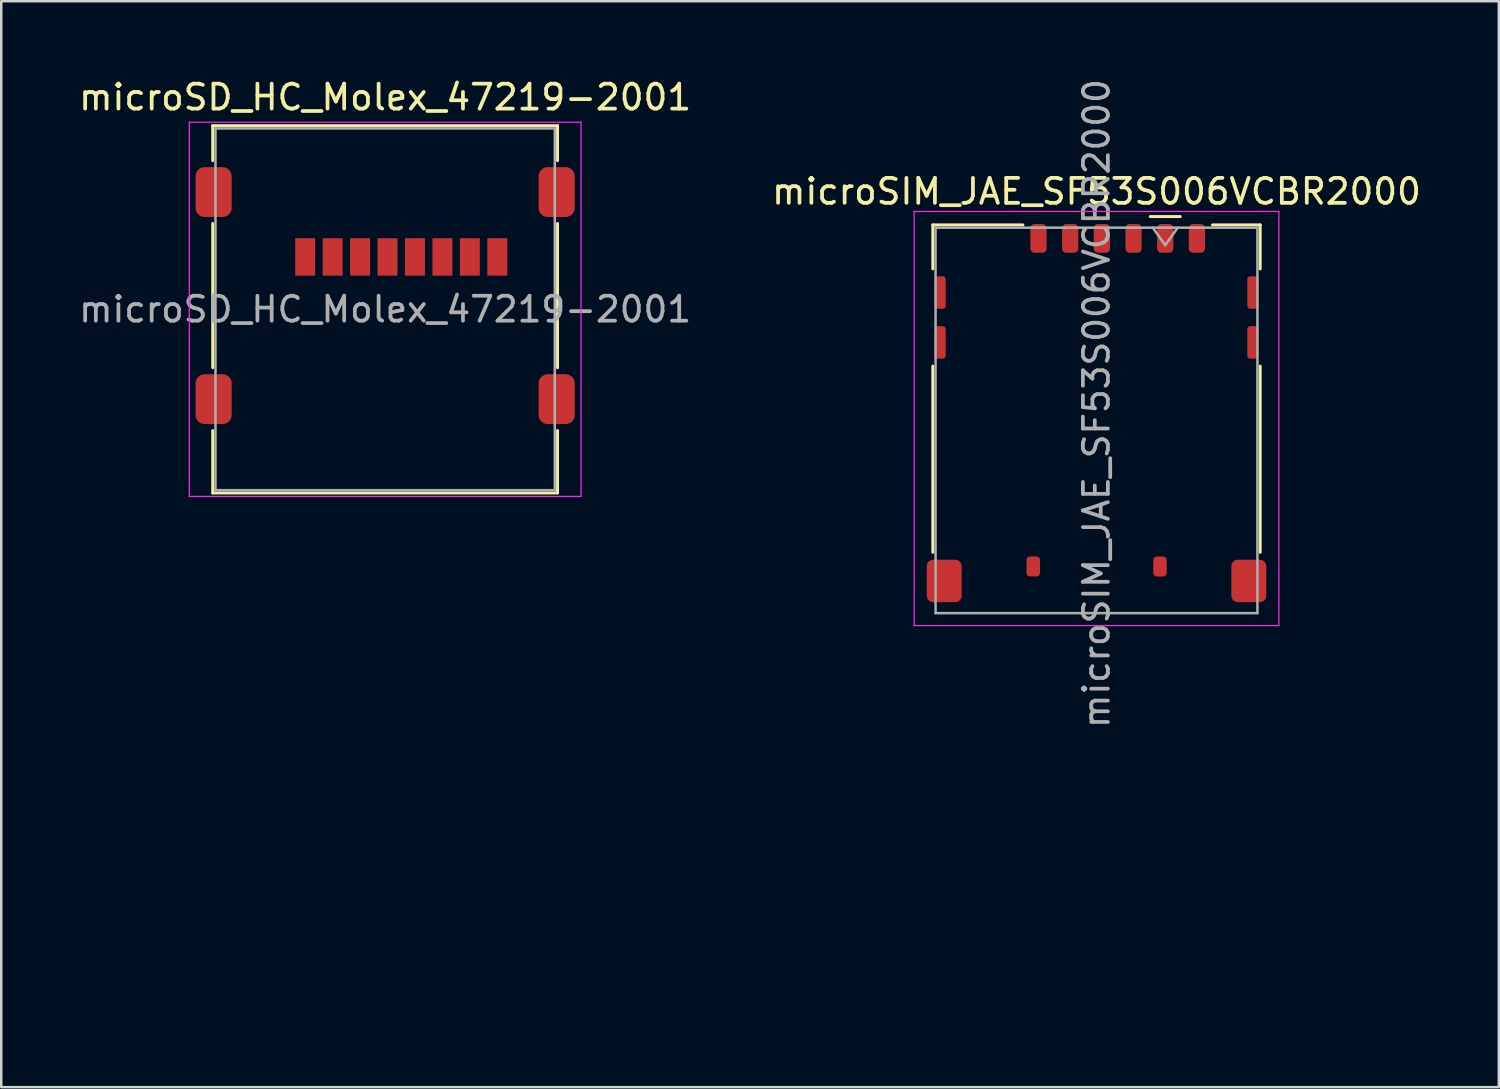
<source format=kicad_pcb>
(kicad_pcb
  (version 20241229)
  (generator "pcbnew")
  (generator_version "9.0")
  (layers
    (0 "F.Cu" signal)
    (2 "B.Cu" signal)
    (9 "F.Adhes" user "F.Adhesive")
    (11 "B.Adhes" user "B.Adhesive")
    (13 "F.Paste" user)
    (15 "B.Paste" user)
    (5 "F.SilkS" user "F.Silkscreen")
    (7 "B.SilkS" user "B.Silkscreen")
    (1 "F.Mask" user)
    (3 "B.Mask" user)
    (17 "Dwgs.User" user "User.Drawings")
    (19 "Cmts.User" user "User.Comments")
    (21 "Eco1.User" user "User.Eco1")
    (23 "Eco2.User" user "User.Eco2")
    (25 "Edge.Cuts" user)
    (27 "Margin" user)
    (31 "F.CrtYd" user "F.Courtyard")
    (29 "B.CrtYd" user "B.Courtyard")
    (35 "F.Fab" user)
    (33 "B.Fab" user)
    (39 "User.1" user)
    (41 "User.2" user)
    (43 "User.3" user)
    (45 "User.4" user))
  (footprint "microSIM_JAE_SF53S006VCBR2000"
    (layer "F.Cu")
    (at 40.899 13.125)
    (property "Reference" "microSIM_JAE_SF53S006VCBR2000" (at 0 -8.5 0) (layer "F.SilkS") (effects (font (size 1 1) (thickness 0.15))))
    (attr smd)
    (fp_line (start -6.56 -7.16) (end -2.95 -7.16) (stroke (width 0.12) (type solid)) (layer "F.SilkS"))
    (fp_line (start -6.56 -5.4) (end -6.56 -7.16) (stroke (width 0.12) (type solid)) (layer "F.SilkS"))
    (fp_line (start -6.56 5.96) (end -6.56 -1.5) (stroke (width 0.12) (type solid)) (layer "F.SilkS"))
    (fp_line (start 3.355 -7.495) (end 2.155 -7.495) (stroke (width 0.12) (type solid)) (layer "F.SilkS"))
    (fp_line (start 4.65 -7.16) (end 6.56 -7.16) (stroke (width 0.12) (type solid)) (layer "F.SilkS"))
    (fp_line (start 6.56 -5.4) (end 6.56 -7.16) (stroke (width 0.12) (type solid)) (layer "F.SilkS"))
    (fp_line (start 6.56 5.96) (end 6.56 -1.5) (stroke (width 0.12) (type solid)) (layer "F.SilkS"))
    (fp_line (start -7.31 -7.7) (end -7.31 8.9) (stroke (width 0.05) (type solid)) (layer "F.CrtYd"))
    (fp_line (start -7.31 -7.7) (end 7.31 -7.7) (stroke (width 0.05) (type solid)) (layer "F.CrtYd"))
    (fp_line (start -7.31 8.9) (end 7.31 8.9) (stroke (width 0.05) (type solid)) (layer "F.CrtYd"))
    (fp_line (start 7.31 -7.7) (end 7.31 8.9) (stroke (width 0.05) (type solid)) (layer "F.CrtYd"))
    (fp_line (start -6.45 -7.05) (end -6.45 8.4) (stroke (width 0.1) (type solid)) (layer "F.Fab"))
    (fp_line (start -6.45 -7.05) (end 6.45 -7.05) (stroke (width 0.1) (type solid)) (layer "F.Fab"))
    (fp_line (start -6.45 8.4) (end 6.45 8.4) (stroke (width 0.1) (type solid)) (layer "F.Fab"))
    (fp_line (start 2.755 -6.35) (end 2.255 -7.05) (stroke (width 0.1) (type solid)) (layer "F.Fab"))
    (fp_line (start 3.255 -7.05) (end 2.755 -6.35) (stroke (width 0.1) (type solid)) (layer "F.Fab"))
    (fp_line (start 6.45 -7.05) (end 6.45 8.4) (stroke (width 0.1) (type solid)) (layer "F.Fab"))
    (fp_text user "${REFERENCE}" (at 0 0 270) (layer "F.Fab") (effects (font (size 1 1) (thickness 0.15))))
    (pad "1" smd roundrect (at 2.755 -6.62) (size 0.65 1.15) (layers "F.Cu" "F.Mask" "F.Paste") (roundrect_rratio 0.25))
    (pad "2" smd roundrect (at 0.215 -6.62) (size 0.65 1.15) (layers "F.Cu" "F.Mask" "F.Paste") (roundrect_rratio 0.25))
    (pad "3" smd roundrect (at -2.325 -6.62) (size 0.65 1.15) (layers "F.Cu" "F.Mask" "F.Paste") (roundrect_rratio 0.25))
    (pad "5" smd roundrect (at 4.025 -6.62) (size 0.65 1.15) (layers "F.Cu" "F.Mask" "F.Paste") (roundrect_rratio 0.25))
    (pad "6" smd roundrect (at 1.485 -6.62) (size 0.65 1.15) (layers "F.Cu" "F.Mask" "F.Paste") (roundrect_rratio 0.25))
    (pad "7" smd roundrect (at -1.055 -6.62) (size 0.65 1.15) (layers "F.Cu" "F.Mask" "F.Paste") (roundrect_rratio 0.25))
    (pad "SH" smd roundrect (at -6.27 -4.45) (size 0.45 1.3) (layers "F.Cu" "F.Mask" "F.Paste") (roundrect_rratio 0.25))
    (pad "SH" smd roundrect (at -6.27 -2.45) (size 0.45 1.3) (layers "F.Cu" "F.Mask" "F.Paste") (roundrect_rratio 0.25))
    (pad "SH" smd roundrect (at -6.105 7.11) (size 1.4 1.7) (layers "F.Cu" "F.Mask" "F.Paste") (roundrect_rratio 0.179))
    (pad "SH" smd roundrect (at -2.535 6.53) (size 0.54 0.8) (layers "F.Cu" "F.Mask" "F.Paste") (roundrect_rratio 0.25))
    (pad "SH" smd roundrect (at 2.545 6.53) (size 0.54 0.8) (layers "F.Cu" "F.Mask" "F.Paste") (roundrect_rratio 0.25))
    (pad "SH" smd roundrect (at 6.105 7.11) (size 1.4 1.7) (layers "F.Cu" "F.Mask" "F.Paste") (roundrect_rratio 0.179))
    (pad "SH" smd roundrect (at 6.27 -4.45) (size 0.45 1.3) (layers "F.Cu" "F.Mask" "F.Paste") (roundrect_rratio 0.25))
    (pad "SH" smd roundrect (at 6.27 -2.45) (size 0.45 1.3) (layers "F.Cu" "F.Mask" "F.Paste") (roundrect_rratio 0.25))
    (zone (net_name "") (layer "F.Cu") (hatch edge 0.5) (connect_pads) (min_thickness 0.25) (filled_areas_thickness no) (keepout (tracks allowed) (vias allowed) (pads allowed) (copperpour allowed) (footprints not_allowed)) (placement (enabled no)) (fill) (polygon (pts (xy 34.899 22.525) (xy 46.899 22.525) (xy 46.899 37.525) (xy 34.899 37.525))))
    (zone (net_name "") (layer "F.Cu") (hatch edge 0.5) (connect_pads) (min_thickness 0.25) (filled_areas_thickness no) (keepout (tracks not_allowed) (vias not_allowed) (pads not_allowed) (copperpour not_allowed) (footprints allowed)) (placement (enabled no)) (fill) (polygon (pts (xy 39.079 10.035) (xy 40.189 10.035) (xy 40.189 10.725) (xy 39.079 10.725))))
    (zone (net_name "") (layer "F.Cu") (hatch edge 0.5) (connect_pads) (min_thickness 0.25) (filled_areas_thickness no) (keepout (tracks not_allowed) (vias not_allowed) (pads not_allowed) (copperpour not_allowed) (footprints allowed)) (placement (enabled no)) (fill) (polygon (pts (xy 39.079 17.675) (xy 40.189 17.675) (xy 40.189 18.365) (xy 39.079 18.365))))
    (zone (net_name "") (layer "F.Cu") (hatch edge 0.5) (connect_pads) (min_thickness 0.25) (filled_areas_thickness no) (keepout (tracks not_allowed) (vias not_allowed) (pads not_allowed) (copperpour not_allowed) (footprints allowed)) (placement (enabled no)) (fill) (polygon (pts (xy 41.609 10.025) (xy 42.719 10.025) (xy 42.719 10.715) (xy 41.609 10.715))))
    (zone (net_name "") (layer "F.Cu") (hatch edge 0.5) (connect_pads) (min_thickness 0.25) (filled_areas_thickness no) (keepout (tracks not_allowed) (vias not_allowed) (pads not_allowed) (copperpour not_allowed) (footprints allowed)) (placement (enabled no)) (fill) (polygon (pts (xy 41.619 17.675) (xy 42.729 17.675) (xy 42.729 18.365) (xy 41.619 18.365))))
    (zone (net_name "") (layer "F.Cu") (hatch edge 0.5) (connect_pads) (min_thickness 0.25) (filled_areas_thickness no) (keepout (tracks not_allowed) (vias not_allowed) (pads not_allowed) (copperpour not_allowed) (footprints allowed)) (placement (enabled no)) (fill) (polygon (pts (xy 44.159 10.025) (xy 45.269 10.025) (xy 45.269 10.715) (xy 44.159 10.715))))
    (zone (net_name "") (layer "F.Cu") (hatch edge 0.5) (connect_pads) (min_thickness 0.25) (filled_areas_thickness no) (keepout (tracks not_allowed) (vias not_allowed) (pads not_allowed) (copperpour not_allowed) (footprints allowed)) (placement (enabled no)) (fill) (polygon (pts (xy 44.159 17.675) (xy 45.269 17.675) (xy 45.269 18.365) (xy 44.159 18.365)))))
  (footprint "microSD_HC_Molex_47219-2001"
    (layer "F.Cu")
    (at 12.387 9.348)
    (property "Reference" "microSD_HC_Molex_47219-2001" (at 0 -8.5 0) (unlocked yes) (layer "F.SilkS") (effects (font (size 1 1) (thickness 0.15))))
    (attr smd)
    (fp_line (start -6.91 -7.36) (end -6.91 -5.96) (stroke (width 0.12) (type solid)) (layer "F.SilkS"))
    (fp_line (start -6.91 -7.36) (end 6.91 -7.36) (stroke (width 0.12) (type solid)) (layer "F.SilkS"))
    (fp_line (start -6.91 2.34) (end -6.91 -3.44) (stroke (width 0.12) (type solid)) (layer "F.SilkS"))
    (fp_line (start -6.91 4.86) (end -6.91 7.36) (stroke (width 0.12) (type solid)) (layer "F.SilkS"))
    (fp_line (start -6.91 7.36) (end 6.91 7.36) (stroke (width 0.12) (type solid)) (layer "F.SilkS"))
    (fp_line (start 6.91 -7.36) (end 6.91 -5.96) (stroke (width 0.12) (type solid)) (layer "F.SilkS"))
    (fp_line (start 6.91 -3.44) (end 6.91 2.34) (stroke (width 0.12) (type solid)) (layer "F.SilkS"))
    (fp_line (start 6.91 4.86) (end 6.91 7.36) (stroke (width 0.12) (type solid)) (layer "F.SilkS"))
    (fp_line (start -7.85 -7.5) (end -7.85 7.5) (stroke (width 0.05) (type solid)) (layer "F.CrtYd"))
    (fp_line (start -7.85 -7.5) (end 7.85 -7.5) (stroke (width 0.05) (type solid)) (layer "F.CrtYd"))
    (fp_line (start -7.85 7.5) (end 7.85 7.5) (stroke (width 0.05) (type solid)) (layer "F.CrtYd"))
    (fp_line (start 7.85 -7.5) (end 7.85 7.5) (stroke (width 0.05) (type solid)) (layer "F.CrtYd"))
    (fp_line (start -6.8 -7.25) (end 6.8 -7.25) (stroke (width 0.1) (type solid)) (layer "F.Fab"))
    (fp_line (start -6.8 7.25) (end -6.8 -7.25) (stroke (width 0.1) (type solid)) (layer "F.Fab"))
    (fp_line (start -6.8 7.25) (end 6.8 7.25) (stroke (width 0.1) (type solid)) (layer "F.Fab"))
    (fp_line (start 6.8 -7.25) (end 6.8 7.25) (stroke (width 0.1) (type solid)) (layer "F.Fab"))
    (fp_text user "${REFERENCE}" (at 0 0 0) (unlocked yes) (layer "F.Fab") (effects (font (size 1 1) (thickness 0.15))))
    (pad "1" smd rect (at -3.205 -2.1) (size 0.8 1.5) (layers "F.Cu" "F.Mask" "F.Paste"))
    (pad "2" smd rect (at -2.105 -2.1) (size 0.8 1.5) (layers "F.Cu" "F.Mask" "F.Paste"))
    (pad "3" smd rect (at -1.005 -2.1) (size 0.8 1.5) (layers "F.Cu" "F.Mask" "F.Paste"))
    (pad "4" smd rect (at 0.095 -2.1) (size 0.8 1.5) (layers "F.Cu" "F.Mask" "F.Paste"))
    (pad "5" smd rect (at 1.195 -2.1) (size 0.8 1.5) (layers "F.Cu" "F.Mask" "F.Paste"))
    (pad "6" smd rect (at 2.295 -2.1) (size 0.8 1.5) (layers "F.Cu" "F.Mask" "F.Paste"))
    (pad "7" smd rect (at 3.395 -2.1) (size 0.8 1.5) (layers "F.Cu" "F.Mask" "F.Paste"))
    (pad "8" smd rect (at 4.495 -2.1) (size 0.8 1.5) (layers "F.Cu" "F.Mask" "F.Paste"))
    (pad "9" smd roundrect (at -6.875 -4.7) (size 1.45 2) (layers "F.Cu" "F.Mask" "F.Paste") (roundrect_rratio 0.25))
    (pad "9" smd roundrect (at -6.875 3.6) (size 1.45 2) (layers "F.Cu" "F.Mask" "F.Paste") (roundrect_rratio 0.25))
    (pad "9" smd roundrect (at 6.875 -4.7) (size 1.45 2) (layers "F.Cu" "F.Mask" "F.Paste") (roundrect_rratio 0.25))
    (pad "9" smd roundrect (at 6.875 3.6) (size 1.45 2) (layers "F.Cu" "F.Mask" "F.Paste") (roundrect_rratio 0.25)))
  (gr_rect
    (start -3 -3)
    (end 57.024 40.525)
    (stroke (width 0.1) (type default))
    (fill no)
    (layer "Edge.Cuts")))
</source>
